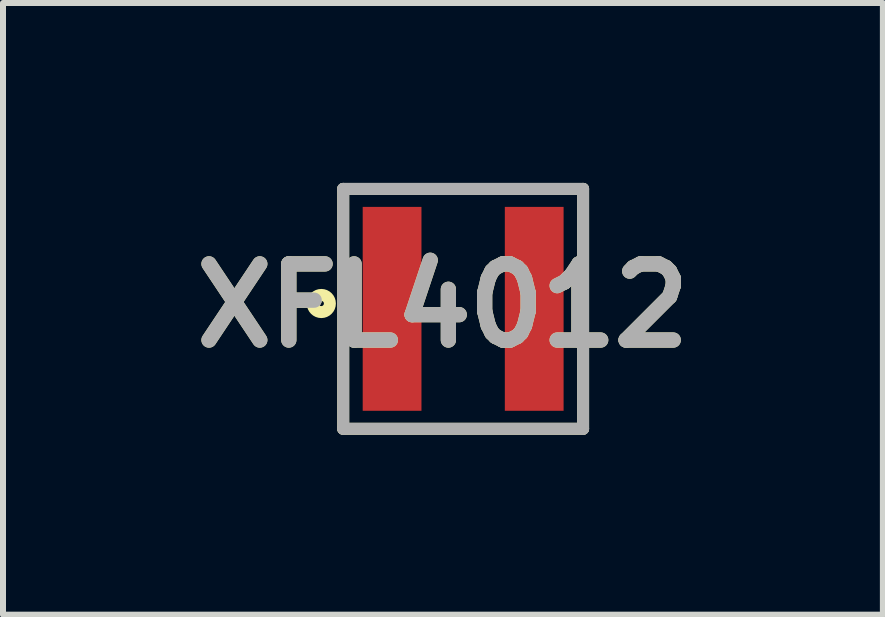
<source format=kicad_pcb>
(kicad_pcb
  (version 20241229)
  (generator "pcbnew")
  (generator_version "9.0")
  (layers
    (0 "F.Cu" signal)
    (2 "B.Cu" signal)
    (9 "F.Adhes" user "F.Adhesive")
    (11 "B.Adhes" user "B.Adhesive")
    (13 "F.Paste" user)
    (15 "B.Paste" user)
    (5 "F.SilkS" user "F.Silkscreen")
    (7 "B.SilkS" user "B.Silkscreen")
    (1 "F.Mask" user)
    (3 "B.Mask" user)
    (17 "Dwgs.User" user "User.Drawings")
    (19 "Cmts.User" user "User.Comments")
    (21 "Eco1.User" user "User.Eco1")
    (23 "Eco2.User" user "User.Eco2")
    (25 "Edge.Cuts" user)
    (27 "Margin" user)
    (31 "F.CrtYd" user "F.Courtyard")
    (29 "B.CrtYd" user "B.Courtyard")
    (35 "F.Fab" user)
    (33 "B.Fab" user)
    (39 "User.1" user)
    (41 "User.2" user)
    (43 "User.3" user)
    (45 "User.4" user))
  (footprint "XFL4012"
    (layer "F.Cu")
    (at 4.673 2.1)
    (property "Reference" "XFL4012" (at -0.337 -0.054 0) (layer "F.SilkS") (effects (font (size 1.27 1.27) (thickness 0.254))))
    (attr smd)
    (fp_line (start -2 -2) (end -2 2) (stroke (width 0.2) (type solid)) (layer "F.SilkS"))
    (fp_line (start -2 2) (end 2 2) (stroke (width 0.2) (type solid)) (layer "F.SilkS"))
    (fp_line (start 2 -2) (end -2 -2) (stroke (width 0.2) (type solid)) (layer "F.SilkS"))
    (fp_line (start 2 2) (end 2 -2) (stroke (width 0.2) (type solid)) (layer "F.SilkS"))
    (fp_circle (center -2.365 -0.089) (end -2.365 -0.046) (stroke (width 0.2) (type solid)) (fill no) (layer "F.SilkS"))
    (fp_line (start -2 -2) (end 2 -2) (stroke (width 0.2) (type solid)) (layer "F.Fab"))
    (fp_line (start -2 2) (end -2 -2) (stroke (width 0.2) (type solid)) (layer "F.Fab"))
    (fp_line (start 2 -2) (end 2 2) (stroke (width 0.2) (type solid)) (layer "F.Fab"))
    (fp_line (start 2 2) (end -2 2) (stroke (width 0.2) (type solid)) (layer "F.Fab"))
    (fp_text user "${REFERENCE}" (at -0.337 -0.054 0) (layer "F.Fab") (effects (font (size 1.27 1.27) (thickness 0.254))))
    (pad "1" smd rect (at -1.185 0) (size 0.98 3.4) (layers "F.Cu" "F.Mask" "F.Paste"))
    (pad "2" smd rect (at 1.185 0) (size 0.98 3.4) (layers "F.Cu" "F.Mask" "F.Paste")))
  (gr_rect
    (start -3 -3)
    (end 11.672 7.2)
    (stroke (width 0.1) (type default))
    (fill no)
    (layer "Edge.Cuts")))
</source>
